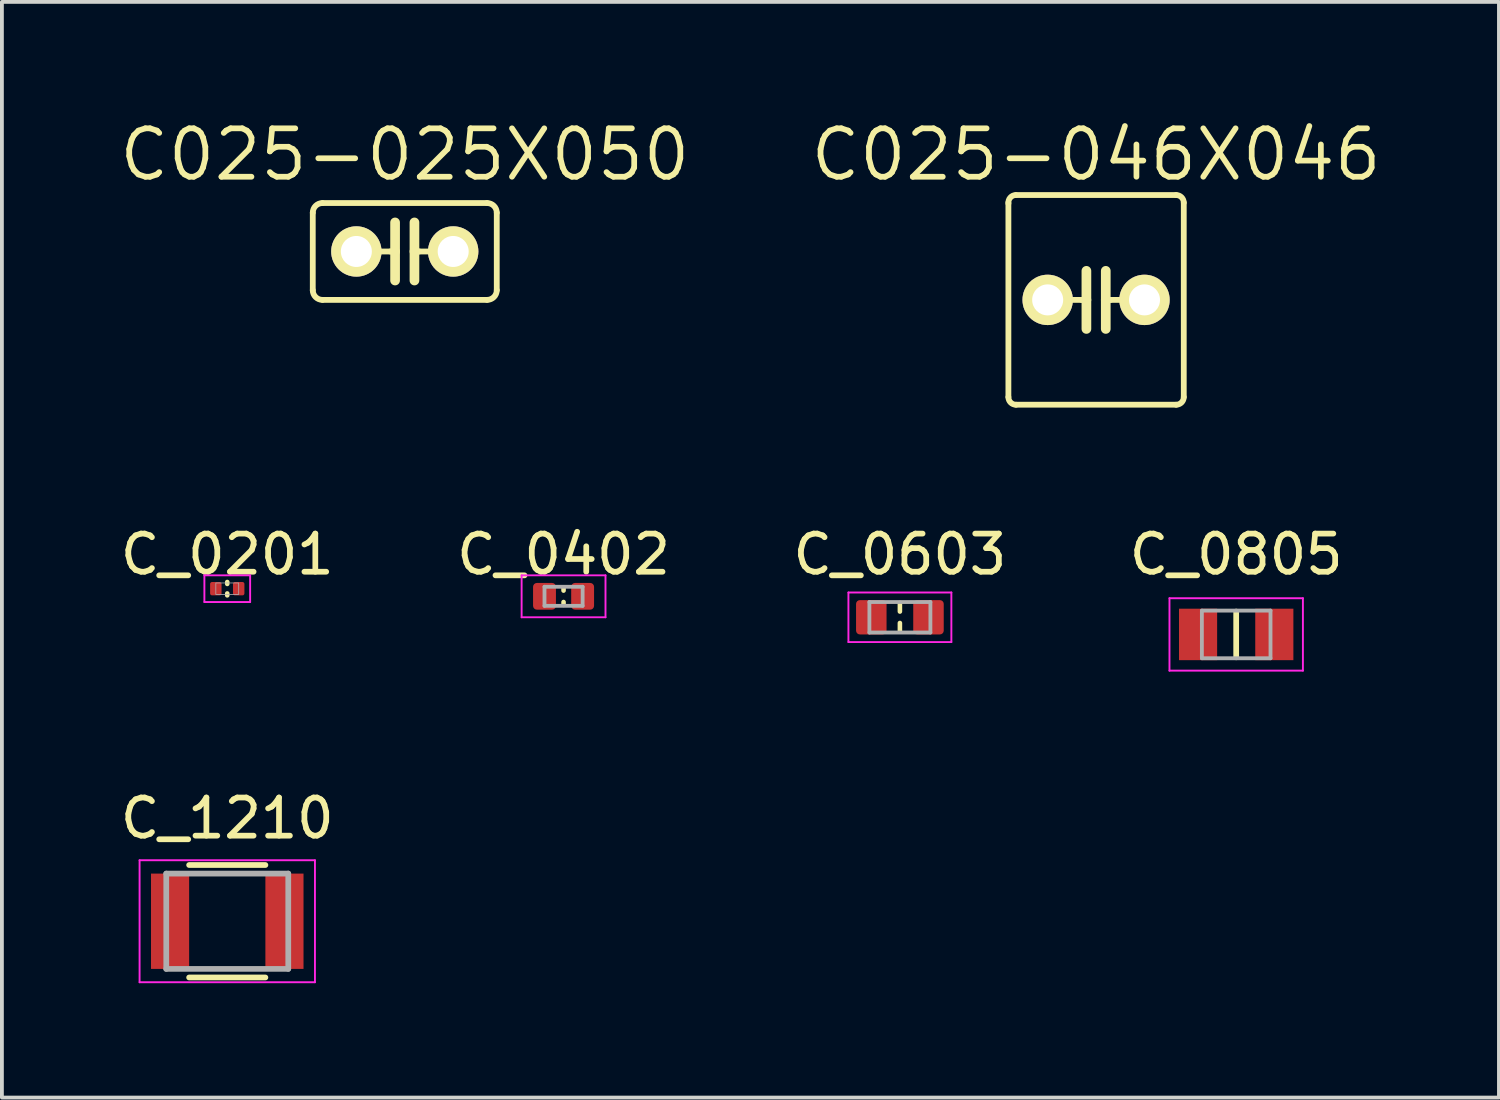
<source format=kicad_pcb>
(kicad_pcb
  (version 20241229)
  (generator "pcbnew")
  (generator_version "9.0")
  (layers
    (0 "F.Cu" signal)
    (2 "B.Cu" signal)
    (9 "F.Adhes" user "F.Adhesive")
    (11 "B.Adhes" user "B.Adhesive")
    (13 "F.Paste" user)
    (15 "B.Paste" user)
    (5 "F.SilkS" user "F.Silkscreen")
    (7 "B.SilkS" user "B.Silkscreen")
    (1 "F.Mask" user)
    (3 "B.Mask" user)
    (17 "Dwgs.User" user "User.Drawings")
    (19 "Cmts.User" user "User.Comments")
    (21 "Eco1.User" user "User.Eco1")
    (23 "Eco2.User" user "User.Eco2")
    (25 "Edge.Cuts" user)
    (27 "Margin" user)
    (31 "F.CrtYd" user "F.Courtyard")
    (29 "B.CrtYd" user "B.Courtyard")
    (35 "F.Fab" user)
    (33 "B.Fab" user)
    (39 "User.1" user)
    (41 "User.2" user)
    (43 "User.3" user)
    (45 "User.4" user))
  (footprint "C025-025X050"
    (layer "F.Cu")
    (at 7.567 3.546)
    (property "Reference" "C025-025X050" (at 0 -2.54 0) (layer "F.SilkS") (effects (font (size 1.27 1.27) (thickness 0.15))))
    (attr exclude_from_pos_files exclude_from_bom)
    (fp_line (start -2.413 -1.016) (end -2.413 1.016) (stroke (width 0.152) (type solid)) (layer "F.SilkS"))
    (fp_line (start -2.159 -1.27) (end 2.159 -1.27) (stroke (width 0.152) (type solid)) (layer "F.SilkS"))
    (fp_line (start -0.381 0) (end -0.762 0) (stroke (width 0.152) (type solid)) (layer "F.SilkS"))
    (fp_line (start -0.254 -0.762) (end -0.254 0) (stroke (width 0.254) (type solid)) (layer "F.SilkS"))
    (fp_line (start -0.254 0) (end -0.381 0) (stroke (width 0.152) (type solid)) (layer "F.SilkS"))
    (fp_line (start -0.254 0) (end -0.254 0.762) (stroke (width 0.254) (type solid)) (layer "F.SilkS"))
    (fp_line (start 0.254 0) (end 0.254 -0.762) (stroke (width 0.254) (type solid)) (layer "F.SilkS"))
    (fp_line (start 0.254 0) (end 0.254 0.762) (stroke (width 0.254) (type solid)) (layer "F.SilkS"))
    (fp_line (start 0.381 0) (end 0.254 0) (stroke (width 0.152) (type solid)) (layer "F.SilkS"))
    (fp_line (start 0.762 0) (end 0.381 0) (stroke (width 0.152) (type solid)) (layer "F.SilkS"))
    (fp_line (start 2.159 1.27) (end -2.159 1.27) (stroke (width 0.152) (type solid)) (layer "F.SilkS"))
    (fp_line (start 2.413 -1.016) (end 2.413 1.016) (stroke (width 0.152) (type solid)) (layer "F.SilkS"))
    (fp_arc (start -2.413 -1.016) (mid -2.338605 -1.195605) (end -2.159 -1.27) (stroke (width 0.1524) (type solid)) (layer "F.SilkS"))
    (fp_arc (start -2.159 1.27) (mid -2.338605 1.195605) (end -2.413 1.016) (stroke (width 0.1524) (type solid)) (layer "F.SilkS"))
    (fp_arc (start 2.159 -1.27) (mid 2.338605 -1.195605) (end 2.413 -1.016) (stroke (width 0.1524) (type solid)) (layer "F.SilkS"))
    (fp_arc (start 2.413 1.016) (mid 2.338605 1.195605) (end 2.159 1.27) (stroke (width 0.1524) (type solid)) (layer "F.SilkS"))
    (pad "1" thru_hole circle (at -1.27 0) (size 1.321 1.321) (drill 0.813) (layers "*.Cu" "*.Mask" "F.SilkS" "F.Paste"))
    (pad "2" thru_hole circle (at 1.27 0) (size 1.321 1.321) (drill 0.813) (layers "*.Cu" "*.Mask" "F.SilkS" "F.Paste")))
  (footprint "C_1210"
    (layer "F.Cu")
    (at 2.911 21.114)
    (property "Reference" "C_1210" (at 0 -2.7 0) (layer "F.SilkS") (effects (font (size 1 1) (thickness 0.15))))
    (attr smd)
    (fp_line (start -1 1.475) (end 1 1.475) (stroke (width 0.15) (type solid)) (layer "F.SilkS"))
    (fp_line (start 1 -1.475) (end -1 -1.475) (stroke (width 0.15) (type solid)) (layer "F.SilkS"))
    (fp_line (start -2.3 -1.6) (end -2.3 1.6) (stroke (width 0.05) (type solid)) (layer "F.CrtYd"))
    (fp_line (start -2.3 -1.6) (end 2.3 -1.6) (stroke (width 0.05) (type solid)) (layer "F.CrtYd"))
    (fp_line (start -2.3 1.6) (end 2.3 1.6) (stroke (width 0.05) (type solid)) (layer "F.CrtYd"))
    (fp_line (start 2.3 -1.6) (end 2.3 1.6) (stroke (width 0.05) (type solid)) (layer "F.CrtYd"))
    (fp_line (start -1.6 -1.25) (end 1.6 -1.25) (stroke (width 0.15) (type solid)) (layer "F.Fab"))
    (fp_line (start -1.6 1.25) (end -1.6 -1.25) (stroke (width 0.15) (type solid)) (layer "F.Fab"))
    (fp_line (start 1.6 -1.25) (end 1.6 1.25) (stroke (width 0.15) (type solid)) (layer "F.Fab"))
    (fp_line (start 1.6 1.25) (end -1.6 1.25) (stroke (width 0.15) (type solid)) (layer "F.Fab"))
    (pad "1" smd rect (at -1.5 0) (size 1 2.5) (layers "F.Cu" "F.Mask" "F.Paste"))
    (pad "2" smd rect (at 1.5 0) (size 1 2.5) (layers "F.Cu" "F.Mask" "F.Paste")))
  (footprint "C_0402"
    (layer "F.Cu")
    (at 11.732 12.591)
    (property "Reference" "C_0402" (at 0 -1.1 0) (layer "F.SilkS") (effects (font (size 1 1) (thickness 0.15))))
    (attr smd)
    (fp_line (start 0 -0.225) (end 0 -0.15) (stroke (width 0.12) (type solid)) (layer "F.SilkS"))
    (fp_line (start 0 0.225) (end 0 0.15) (stroke (width 0.12) (type solid)) (layer "F.SilkS"))
    (fp_line (start -1.1 -0.55) (end -1.1 0.55) (stroke (width 0.05) (type solid)) (layer "F.CrtYd"))
    (fp_line (start -1.1 -0.55) (end 1.1 -0.55) (stroke (width 0.05) (type solid)) (layer "F.CrtYd"))
    (fp_line (start -1.1 0.55) (end 1.1 0.55) (stroke (width 0.05) (type solid)) (layer "F.CrtYd"))
    (fp_line (start 1.1 -0.55) (end 1.1 0.55) (stroke (width 0.05) (type solid)) (layer "F.CrtYd"))
    (fp_line (start -0.5 -0.25) (end 0.5 -0.25) (stroke (width 0.1) (type solid)) (layer "F.Fab"))
    (fp_line (start -0.5 0.25) (end -0.5 -0.25) (stroke (width 0.1) (type solid)) (layer "F.Fab"))
    (fp_line (start 0.5 -0.25) (end 0.5 0.25) (stroke (width 0.1) (type solid)) (layer "F.Fab"))
    (fp_line (start 0.5 0.25) (end -0.5 0.25) (stroke (width 0.1) (type solid)) (layer "F.Fab"))
    (pad "1" smd roundrect (at -0.5 0) (size 0.6 0.7) (layers "F.Cu" "F.Mask" "F.Paste") (roundrect_rratio 0.167))
    (pad "2" smd roundrect (at 0.5 0) (size 0.6 0.7) (layers "F.Cu" "F.Mask" "F.Paste") (roundrect_rratio 0.167)))
  (footprint "C_0201"
    (layer "F.Cu")
    (at 2.911 12.391)
    (property "Reference" "C_0201" (at 0 -0.9 0) (unlocked yes) (layer "F.SilkS") (effects (font (size 1 1) (thickness 0.15))))
    (attr smd)
    (fp_line (start 0 -0.175) (end 0 -0.125) (stroke (width 0.12) (type solid)) (layer "F.SilkS"))
    (fp_line (start 0 0.125) (end 0 0.175) (stroke (width 0.12) (type solid)) (layer "F.SilkS"))
    (fp_line (start -0.6 -0.35) (end 0.6 -0.35) (stroke (width 0.05) (type solid)) (layer "F.CrtYd"))
    (fp_line (start -0.6 0.35) (end -0.6 -0.35) (stroke (width 0.05) (type solid)) (layer "F.CrtYd"))
    (fp_line (start 0.6 -0.35) (end 0.6 0.35) (stroke (width 0.05) (type solid)) (layer "F.CrtYd"))
    (fp_line (start 0.6 0.35) (end -0.6 0.35) (stroke (width 0.05) (type solid)) (layer "F.CrtYd"))
    (fp_rect (start -0.3 -0.15) (end 0.3 0.15) (stroke (width 0.02) (type solid)) (fill no) (layer "F.Fab"))
    (pad "1" smd roundrect (at -0.3 0) (size 0.3 0.35) (layers "F.Cu" "F.Mask" "F.Paste") (roundrect_rratio 0.167))
    (pad "2" smd roundrect (at 0.3 0) (size 0.3 0.35) (layers "F.Cu" "F.Mask" "F.Paste") (roundrect_rratio 0.167)))
  (footprint "C025-046X046"
    (layer "F.Cu")
    (at 25.7 4.816)
    (property "Reference" "C025-046X046" (at 0 -3.81 0) (layer "F.SilkS") (effects (font (size 1.27 1.27) (thickness 0.15))))
    (attr exclude_from_pos_files exclude_from_bom)
    (fp_line (start -2.3 -2.55) (end -2.3 2.55) (stroke (width 0.152) (type solid)) (layer "F.SilkS"))
    (fp_line (start -2.1 -2.75) (end 2.1 -2.75) (stroke (width 0.152) (type solid)) (layer "F.SilkS"))
    (fp_line (start -0.381 0) (end -0.762 0) (stroke (width 0.152) (type solid)) (layer "F.SilkS"))
    (fp_line (start -0.254 -0.762) (end -0.254 0) (stroke (width 0.254) (type solid)) (layer "F.SilkS"))
    (fp_line (start -0.254 0) (end -0.381 0) (stroke (width 0.152) (type solid)) (layer "F.SilkS"))
    (fp_line (start -0.254 0) (end -0.254 0.762) (stroke (width 0.254) (type solid)) (layer "F.SilkS"))
    (fp_line (start 0.254 0) (end 0.254 -0.762) (stroke (width 0.254) (type solid)) (layer "F.SilkS"))
    (fp_line (start 0.254 0) (end 0.254 0.762) (stroke (width 0.254) (type solid)) (layer "F.SilkS"))
    (fp_line (start 0.381 0) (end 0.254 0) (stroke (width 0.152) (type solid)) (layer "F.SilkS"))
    (fp_line (start 0.762 0) (end 0.381 0) (stroke (width 0.152) (type solid)) (layer "F.SilkS"))
    (fp_line (start 2.1 2.75) (end -2.1 2.75) (stroke (width 0.152) (type solid)) (layer "F.SilkS"))
    (fp_line (start 2.3 -2.55) (end 2.3 2.55) (stroke (width 0.152) (type solid)) (layer "F.SilkS"))
    (fp_arc (start -2.3 -2.53) (mid -2.252178 -2.681308) (end -2.109505 -2.750773) (stroke (width 0.1524) (type solid)) (layer "F.SilkS"))
    (fp_arc (start -2.1 2.75) (mid -2.241421 2.691421) (end -2.3 2.55) (stroke (width 0.1524) (type solid)) (layer "F.SilkS"))
    (fp_arc (start 2.1 -2.75) (mid 2.241421 -2.691421) (end 2.3 -2.55) (stroke (width 0.1524) (type solid)) (layer "F.SilkS"))
    (fp_arc (start 2.3 2.55) (mid 2.241421 2.691421) (end 2.1 2.75) (stroke (width 0.1524) (type solid)) (layer "F.SilkS"))
    (pad "1" thru_hole circle (at -1.27 0) (size 1.321 1.321) (drill 0.813) (layers "*.Cu" "*.Mask" "F.SilkS" "F.Paste"))
    (pad "2" thru_hole circle (at 1.27 0) (size 1.321 1.321) (drill 0.813) (layers "*.Cu" "*.Mask" "F.SilkS" "F.Paste")))
  (footprint "C_0805"
    (layer "F.Cu")
    (at 29.375 13.591)
    (property "Reference" "C_0805" (at 0 -2.1 0) (layer "F.SilkS") (effects (font (size 1 1) (thickness 0.15))))
    (attr smd)
    (fp_line (start 0 -0.6) (end 0 0.6) (stroke (width 0.15) (type solid)) (layer "F.SilkS"))
    (fp_line (start -1.75 -0.95) (end -1.75 0.95) (stroke (width 0.05) (type solid)) (layer "F.CrtYd"))
    (fp_line (start -1.75 -0.95) (end 1.75 -0.95) (stroke (width 0.05) (type solid)) (layer "F.CrtYd"))
    (fp_line (start -1.75 0.95) (end 1.75 0.95) (stroke (width 0.05) (type solid)) (layer "F.CrtYd"))
    (fp_line (start 1.75 -0.95) (end 1.75 0.95) (stroke (width 0.05) (type solid)) (layer "F.CrtYd"))
    (fp_line (start -0.9 -0.625) (end 0.9 -0.625) (stroke (width 0.1) (type solid)) (layer "F.Fab"))
    (fp_line (start -0.9 0.625) (end -0.9 -0.625) (stroke (width 0.1) (type solid)) (layer "F.Fab"))
    (fp_line (start 0.9 -0.625) (end 0.9 0.625) (stroke (width 0.1) (type solid)) (layer "F.Fab"))
    (fp_line (start 0.9 0.625) (end -0.9 0.625) (stroke (width 0.1) (type solid)) (layer "F.Fab"))
    (pad "1" smd rect (at -1 0) (size 1 1.35) (layers "F.Cu" "F.Mask" "F.Paste"))
    (pad "2" smd rect (at 1 0) (size 1 1.35) (layers "F.Cu" "F.Mask" "F.Paste")))
  (footprint "C_0603"
    (layer "F.Cu")
    (at 20.554 13.141)
    (property "Reference" "C_0603" (at 0 -1.65 0) (layer "F.SilkS") (effects (font (size 1 1) (thickness 0.15))))
    (attr smd)
    (fp_line (start 0 -0.15) (end 0 -0.375) (stroke (width 0.12) (type solid)) (layer "F.SilkS"))
    (fp_line (start 0 0.375) (end 0 0.15) (stroke (width 0.12) (type solid)) (layer "F.SilkS"))
    (fp_line (start -1.35 -0.65) (end -1.35 0.65) (stroke (width 0.05) (type solid)) (layer "F.CrtYd"))
    (fp_line (start -1.35 -0.65) (end 1.35 -0.65) (stroke (width 0.05) (type solid)) (layer "F.CrtYd"))
    (fp_line (start -1.35 0.65) (end 1.35 0.65) (stroke (width 0.05) (type solid)) (layer "F.CrtYd"))
    (fp_line (start 1.35 -0.65) (end 1.35 0.65) (stroke (width 0.05) (type solid)) (layer "F.CrtYd"))
    (fp_line (start -0.8 -0.4) (end 0.8 -0.4) (stroke (width 0.1) (type solid)) (layer "F.Fab"))
    (fp_line (start -0.8 0.4) (end -0.8 -0.4) (stroke (width 0.1) (type solid)) (layer "F.Fab"))
    (fp_line (start 0.8 -0.4) (end 0.8 0.4) (stroke (width 0.1) (type solid)) (layer "F.Fab"))
    (fp_line (start 0.8 0.4) (end -0.8 0.4) (stroke (width 0.1) (type solid)) (layer "F.Fab"))
    (pad "1" smd roundrect (at -0.75 0) (size 0.8 0.9) (layers "F.Cu" "F.Mask" "F.Paste") (roundrect_rratio 0.125))
    (pad "2" smd roundrect (at 0.75 0) (size 0.8 0.9) (layers "F.Cu" "F.Mask" "F.Paste") (roundrect_rratio 0.125)))
  (gr_rect
    (start -3 -3)
    (end 36.267 25.739)
    (stroke (width 0.1) (type default))
    (fill no)
    (layer "Edge.Cuts")))
</source>
